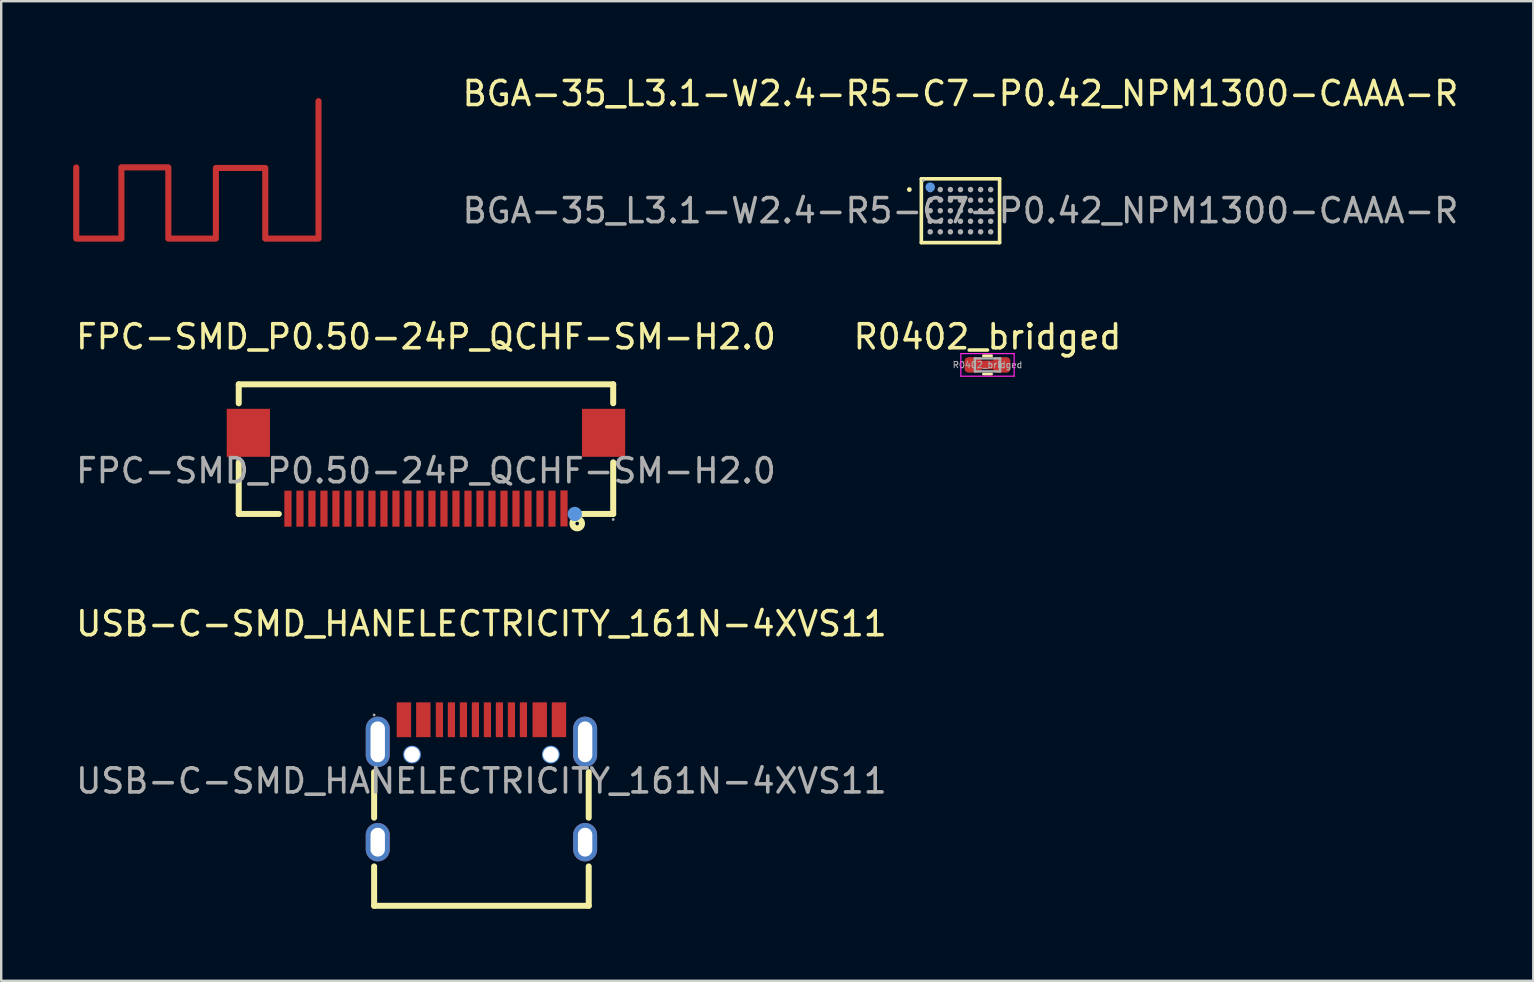
<source format=kicad_pcb>
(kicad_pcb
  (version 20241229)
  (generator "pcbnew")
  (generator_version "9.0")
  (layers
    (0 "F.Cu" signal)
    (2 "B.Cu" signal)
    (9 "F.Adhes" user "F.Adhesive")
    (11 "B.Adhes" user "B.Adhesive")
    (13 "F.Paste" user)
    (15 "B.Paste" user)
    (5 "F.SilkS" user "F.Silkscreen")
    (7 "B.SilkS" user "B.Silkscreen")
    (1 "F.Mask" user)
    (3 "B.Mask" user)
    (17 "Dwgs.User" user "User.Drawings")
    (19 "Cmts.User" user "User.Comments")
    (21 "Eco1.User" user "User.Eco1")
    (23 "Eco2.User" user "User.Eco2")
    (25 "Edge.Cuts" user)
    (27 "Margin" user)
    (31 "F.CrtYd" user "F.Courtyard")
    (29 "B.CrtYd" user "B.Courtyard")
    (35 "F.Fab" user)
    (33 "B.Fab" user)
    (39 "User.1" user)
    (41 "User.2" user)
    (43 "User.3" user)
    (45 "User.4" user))
  (footprint "USB-C-SMD_HANELECTRICITY_161N-4XVS11"
    (layer "F.Cu")
    (at 17.006 29.485)
    (property "Reference" "USB-C-SMD_HANELECTRICITY_161N-4XVS11" (at 0 -6.55 0) (layer "F.SilkS") (effects (font (size 1 1) (thickness 0.15))))
    (attr smd)
    (fp_line (start -4.47 1.53) (end -4.47 -0.37) (stroke (width 0.25) (type solid)) (layer "F.SilkS"))
    (fp_line (start -4.47 5.2) (end -4.47 3.56) (stroke (width 0.25) (type solid)) (layer "F.SilkS"))
    (fp_line (start -4.47 5.2) (end 4.47 5.2) (stroke (width 0.25) (type solid)) (layer "F.SilkS"))
    (fp_line (start 4.47 1.53) (end 4.47 -0.37) (stroke (width 0.25) (type solid)) (layer "F.SilkS"))
    (fp_line (start 4.47 5.2) (end 4.47 3.56) (stroke (width 0.25) (type solid)) (layer "F.SilkS"))
    (fp_circle (center -2.89 -1.1) (end -2.77 -1.1) (stroke (width 0.25) (type solid)) (fill no) (layer "Cmts.User"))
    (fp_circle (center 2.89 -1.1) (end 3.01 -1.1) (stroke (width 0.25) (type solid)) (fill no) (layer "Cmts.User"))
    (fp_circle (center -4.47 -2.75) (end -4.44 -2.75) (stroke (width 0.06) (type solid)) (fill no) (layer "F.Fab"))
    (fp_text user "${REFERENCE}" (at 0 0 0) (layer "F.Fab") (effects (font (size 1 1) (thickness 0.15))))
    (pad "" thru_hole circle (at -2.89 -1.1) (size 0.65 0.65) (drill 0.65) (layers "*.Cu" "*.Mask"))
    (pad "" thru_hole circle (at 2.89 -1.1) (size 0.65 0.65) (drill 0.65) (layers "*.Cu" "*.Mask"))
    (pad "0" thru_hole oval (at -4.32 -1.63) (size 1 2.1) (drill oval 0.6 1.7) (layers "*.Cu" "*.Mask"))
    (pad "0" thru_hole oval (at -4.32 2.55) (size 1 1.6) (drill oval 0.6 1.2) (layers "*.Cu" "*.Mask"))
    (pad "0" thru_hole oval (at 4.32 -1.63) (size 1 2.1) (drill oval 0.6 1.7) (layers "*.Cu" "*.Mask"))
    (pad "0" thru_hole oval (at 4.32 2.55) (size 1 1.6) (drill oval 0.6 1.2) (layers "*.Cu" "*.Mask"))
    (pad "A1" smd rect (at -3.23 -2.55) (size 0.6 1.45) (layers "F.Cu" "F.Mask" "F.Paste"))
    (pad "A4" smd rect (at -2.42 -2.55) (size 0.6 1.45) (layers "F.Cu" "F.Mask" "F.Paste"))
    (pad "A5" smd rect (at -1.25 -2.55) (size 0.3 1.45) (layers "F.Cu" "F.Mask" "F.Paste"))
    (pad "A6" smd rect (at -0.25 -2.55) (size 0.3 1.45) (layers "F.Cu" "F.Mask" "F.Paste"))
    (pad "A7" smd rect (at 0.25 -2.55) (size 0.3 1.45) (layers "F.Cu" "F.Mask" "F.Paste"))
    (pad "A8" smd rect (at 1.25 -2.55) (size 0.3 1.45) (layers "F.Cu" "F.Mask" "F.Paste"))
    (pad "A9" smd rect (at 2.43 -2.55) (size 0.6 1.45) (layers "F.Cu" "F.Mask" "F.Paste"))
    (pad "A12" smd rect (at 3.23 -2.55) (size 0.6 1.45) (layers "F.Cu" "F.Mask" "F.Paste"))
    (pad "B5" smd rect (at 1.75 -2.55) (size 0.3 1.45) (layers "F.Cu" "F.Mask" "F.Paste"))
    (pad "B6" smd rect (at 0.75 -2.55) (size 0.3 1.45) (layers "F.Cu" "F.Mask" "F.Paste"))
    (pad "B7" smd rect (at -0.75 -2.55) (size 0.3 1.45) (layers "F.Cu" "F.Mask" "F.Paste"))
    (pad "B8" smd rect (at -1.75 -2.55) (size 0.3 1.45) (layers "F.Cu" "F.Mask" "F.Paste")))
  (footprint "R0402_bridged"
    (layer "F.Cu")
    (at 38.089 12.152)
    (property "Reference" "R0402_bridged" (at 0 -1.17 0) (layer "F.SilkS") (effects (font (size 1 1) (thickness 0.15))))
    (attr smd)
    (fp_line (start -0.168 -0.38) (end 0.168 -0.38) (stroke (width 0.12) (type solid)) (layer "F.SilkS"))
    (fp_line (start -0.168 0.38) (end 0.168 0.38) (stroke (width 0.12) (type solid)) (layer "F.SilkS"))
    (fp_line (start -1.11 -0.47) (end 1.11 -0.47) (stroke (width 0.05) (type solid)) (layer "F.CrtYd"))
    (fp_line (start -1.11 0.47) (end -1.11 -0.47) (stroke (width 0.05) (type solid)) (layer "F.CrtYd"))
    (fp_line (start 1.11 -0.47) (end 1.11 0.47) (stroke (width 0.05) (type solid)) (layer "F.CrtYd"))
    (fp_line (start 1.11 0.47) (end -1.11 0.47) (stroke (width 0.05) (type solid)) (layer "F.CrtYd"))
    (fp_line (start -0.525 -0.27) (end 0.525 -0.27) (stroke (width 0.1) (type solid)) (layer "F.Fab"))
    (fp_line (start -0.525 0.27) (end -0.525 -0.27) (stroke (width 0.1) (type solid)) (layer "F.Fab"))
    (fp_line (start 0.525 -0.27) (end 0.525 0.27) (stroke (width 0.1) (type solid)) (layer "F.Fab"))
    (fp_line (start 0.525 0.27) (end -0.525 0.27) (stroke (width 0.1) (type solid)) (layer "F.Fab"))
    (fp_text user "${REFERENCE}" (at 0 0 0) (layer "F.Fab") (effects (font (size 0.26 0.26) (thickness 0.04))))
    (pad "1" smd custom (at -0.598 0) (size 0.64 0.64) (layers "F.Cu" "F.Mask" "F.Paste") (options (anchor circle)) (primitives (gr_rect (start 0.324 -0.081) (end 0.896 0.081) (width 0.2) (fill yes)) (gr_poly (pts (xy -0.357 -0.16) (xy -0.345 -0.221) (xy -0.311 -0.273) (xy -0.259 -0.308) (xy -0.198 -0.32) (xy 0.198 -0.32) (xy 0.259 -0.308) (xy 0.311 -0.273) (xy 0.345 -0.221) (xy 0.357 -0.16) (xy 0.357 0.16) (xy 0.345 0.221) (xy 0.311 0.273) (xy 0.259 0.308) (xy 0.198 0.32) (xy -0.198 0.32) (xy -0.259 0.308) (xy -0.311 0.273) (xy -0.345 0.221) (xy -0.357 0.16)) (width 0) (fill yes))))
    (pad "2" smd roundrect (at 0.598 0) (size 0.715 0.64) (layers "F.Cu" "F.Mask" "F.Paste") (roundrect_rratio 0.25)))
  (footprint "BGA-35_L3.1-W2.4-R5-C7-P0.42_NPM1300-CAAA-R"
    (layer "F.Cu")
    (at 36.963 5.728)
    (property "Reference" "BGA-35_L3.1-W2.4-R5-C7-P0.42_NPM1300-CAAA-R" (at 0 -4.88 0) (layer "F.SilkS") (effects (font (size 1 1) (thickness 0.15))))
    (attr through_hole)
    (fp_line (start -1.63 -1.33) (end 1.63 -1.33) (stroke (width 0.15) (type solid)) (layer "F.SilkS"))
    (fp_line (start -1.63 1.33) (end -1.63 -1.33) (stroke (width 0.15) (type solid)) (layer "F.SilkS"))
    (fp_line (start 1.63 -1.33) (end 1.63 1.33) (stroke (width 0.15) (type solid)) (layer "F.SilkS"))
    (fp_line (start 1.63 1.33) (end -1.63 1.33) (stroke (width 0.15) (type solid)) (layer "F.SilkS"))
    (fp_circle (center -2.13 -0.88) (end -2.08 -0.88) (stroke (width 0.1) (type solid)) (fill no) (layer "F.SilkS"))
    (fp_circle (center -1.26 -0.98) (end -1.16 -0.98) (stroke (width 0.2) (type solid)) (fill no) (layer "Cmts.User"))
    (fp_circle (center -1.55 -1.25) (end -1.52 -1.25) (stroke (width 0.06) (type solid)) (fill no) (layer "F.Fab"))
    (fp_circle (center -1.26 -0.88) (end -1.2 -0.88) (stroke (width 0.11) (type solid)) (fill no) (layer "F.Fab"))
    (fp_circle (center -1.26 -0.44) (end -1.2 -0.44) (stroke (width 0.11) (type solid)) (fill no) (layer "F.Fab"))
    (fp_circle (center -1.26 0) (end -1.2 0) (stroke (width 0.11) (type solid)) (fill no) (layer "F.Fab"))
    (fp_circle (center -1.26 0.44) (end -1.2 0.44) (stroke (width 0.11) (type solid)) (fill no) (layer "F.Fab"))
    (fp_circle (center -1.26 0.88) (end -1.2 0.88) (stroke (width 0.11) (type solid)) (fill no) (layer "F.Fab"))
    (fp_circle (center -0.84 -0.88) (end -0.78 -0.88) (stroke (width 0.11) (type solid)) (fill no) (layer "F.Fab"))
    (fp_circle (center -0.84 -0.44) (end -0.78 -0.44) (stroke (width 0.11) (type solid)) (fill no) (layer "F.Fab"))
    (fp_circle (center -0.84 0) (end -0.78 0) (stroke (width 0.11) (type solid)) (fill no) (layer "F.Fab"))
    (fp_circle (center -0.84 0.44) (end -0.78 0.44) (stroke (width 0.11) (type solid)) (fill no) (layer "F.Fab"))
    (fp_circle (center -0.84 0.88) (end -0.78 0.88) (stroke (width 0.11) (type solid)) (fill no) (layer "F.Fab"))
    (fp_circle (center -0.42 -0.88) (end -0.36 -0.88) (stroke (width 0.11) (type solid)) (fill no) (layer "F.Fab"))
    (fp_circle (center -0.42 -0.44) (end -0.36 -0.44) (stroke (width 0.11) (type solid)) (fill no) (layer "F.Fab"))
    (fp_circle (center -0.42 0) (end -0.36 0) (stroke (width 0.11) (type solid)) (fill no) (layer "F.Fab"))
    (fp_circle (center -0.42 0.44) (end -0.36 0.44) (stroke (width 0.11) (type solid)) (fill no) (layer "F.Fab"))
    (fp_circle (center -0.42 0.88) (end -0.36 0.88) (stroke (width 0.11) (type solid)) (fill no) (layer "F.Fab"))
    (fp_circle (center 0 -0.88) (end 0.06 -0.88) (stroke (width 0.11) (type solid)) (fill no) (layer "F.Fab"))
    (fp_circle (center 0 -0.44) (end 0.06 -0.44) (stroke (width 0.11) (type solid)) (fill no) (layer "F.Fab"))
    (fp_circle (center 0 0) (end 0.06 0) (stroke (width 0.11) (type solid)) (fill no) (layer "F.Fab"))
    (fp_circle (center 0 0.44) (end 0.06 0.44) (stroke (width 0.11) (type solid)) (fill no) (layer "F.Fab"))
    (fp_circle (center 0 0.88) (end 0.06 0.88) (stroke (width 0.11) (type solid)) (fill no) (layer "F.Fab"))
    (fp_circle (center 0.42 -0.88) (end 0.48 -0.88) (stroke (width 0.11) (type solid)) (fill no) (layer "F.Fab"))
    (fp_circle (center 0.42 -0.44) (end 0.48 -0.44) (stroke (width 0.11) (type solid)) (fill no) (layer "F.Fab"))
    (fp_circle (center 0.42 0) (end 0.48 0) (stroke (width 0.11) (type solid)) (fill no) (layer "F.Fab"))
    (fp_circle (center 0.42 0.44) (end 0.48 0.44) (stroke (width 0.11) (type solid)) (fill no) (layer "F.Fab"))
    (fp_circle (center 0.42 0.88) (end 0.48 0.88) (stroke (width 0.11) (type solid)) (fill no) (layer "F.Fab"))
    (fp_circle (center 0.84 -0.88) (end 0.9 -0.88) (stroke (width 0.11) (type solid)) (fill no) (layer "F.Fab"))
    (fp_circle (center 0.84 -0.44) (end 0.9 -0.44) (stroke (width 0.11) (type solid)) (fill no) (layer "F.Fab"))
    (fp_circle (center 0.84 0) (end 0.9 0) (stroke (width 0.11) (type solid)) (fill no) (layer "F.Fab"))
    (fp_circle (center 0.84 0.44) (end 0.9 0.44) (stroke (width 0.11) (type solid)) (fill no) (layer "F.Fab"))
    (fp_circle (center 0.84 0.88) (end 0.9 0.88) (stroke (width 0.11) (type solid)) (fill no) (layer "F.Fab"))
    (fp_circle (center 1.26 -0.88) (end 1.32 -0.88) (stroke (width 0.11) (type solid)) (fill no) (layer "F.Fab"))
    (fp_circle (center 1.26 -0.44) (end 1.32 -0.44) (stroke (width 0.11) (type solid)) (fill no) (layer "F.Fab"))
    (fp_circle (center 1.26 0) (end 1.32 0) (stroke (width 0.11) (type solid)) (fill no) (layer "F.Fab"))
    (fp_circle (center 1.26 0.44) (end 1.32 0.44) (stroke (width 0.11) (type solid)) (fill no) (layer "F.Fab"))
    (fp_circle (center 1.26 0.88) (end 1.32 0.88) (stroke (width 0.11) (type solid)) (fill no) (layer "F.Fab"))
    (fp_text user "${REFERENCE}" (at 0 0 0) (layer "F.Fab") (effects (font (size 1 1) (thickness 0.15))))
    (pad "A1" smd circle (at -1.26 -0.88) (size 0.18 0.18) (layers "F.Cu" "F.Mask" "F.Paste"))
    (pad "A2" smd circle (at -0.84 -0.88) (size 0.18 0.18) (layers "F.Cu" "F.Mask" "F.Paste"))
    (pad "A3" smd circle (at -0.42 -0.88) (size 0.18 0.18) (layers "F.Cu" "F.Mask" "F.Paste"))
    (pad "A4" smd circle (at 0 -0.88) (size 0.18 0.18) (layers "F.Cu" "F.Mask" "F.Paste"))
    (pad "A5" smd circle (at 0.42 -0.88) (size 0.18 0.18) (layers "F.Cu" "F.Mask" "F.Paste"))
    (pad "A6" smd circle (at 0.84 -0.88) (size 0.18 0.18) (layers "F.Cu" "F.Mask" "F.Paste"))
    (pad "A7" smd circle (at 1.26 -0.88) (size 0.18 0.18) (layers "F.Cu" "F.Mask" "F.Paste"))
    (pad "B1" smd circle (at -1.26 -0.44) (size 0.18 0.18) (layers "F.Cu" "F.Mask" "F.Paste"))
    (pad "B2" smd circle (at -0.84 -0.44) (size 0.18 0.18) (layers "F.Cu" "F.Mask" "F.Paste"))
    (pad "B3" smd circle (at -0.42 -0.44) (size 0.18 0.18) (layers "F.Cu" "F.Mask" "F.Paste"))
    (pad "B4" smd circle (at 0 -0.44) (size 0.18 0.18) (layers "F.Cu" "F.Mask" "F.Paste"))
    (pad "B5" smd circle (at 0.42 -0.44) (size 0.18 0.18) (layers "F.Cu" "F.Mask" "F.Paste"))
    (pad "B6" smd circle (at 0.84 -0.44) (size 0.18 0.18) (layers "F.Cu" "F.Mask" "F.Paste"))
    (pad "B7" smd circle (at 1.26 -0.44) (size 0.18 0.18) (layers "F.Cu" "F.Mask" "F.Paste"))
    (pad "C1" smd circle (at -1.26 0) (size 0.18 0.18) (layers "F.Cu" "F.Mask" "F.Paste"))
    (pad "C2" smd circle (at -0.84 0) (size 0.18 0.18) (layers "F.Cu" "F.Mask" "F.Paste"))
    (pad "C3" smd circle (at -0.42 0) (size 0.18 0.18) (layers "F.Cu" "F.Mask" "F.Paste"))
    (pad "C4" smd circle (at 0 0) (size 0.18 0.18) (layers "F.Cu" "F.Mask" "F.Paste"))
    (pad "C5" smd circle (at 0.42 0) (size 0.18 0.18) (layers "F.Cu" "F.Mask" "F.Paste"))
    (pad "C6" smd circle (at 0.84 0) (size 0.18 0.18) (layers "F.Cu" "F.Mask" "F.Paste"))
    (pad "C7" smd circle (at 1.26 0) (size 0.18 0.18) (layers "F.Cu" "F.Mask" "F.Paste"))
    (pad "D1" smd circle (at -1.26 0.44) (size 0.18 0.18) (layers "F.Cu" "F.Mask" "F.Paste"))
    (pad "D2" smd circle (at -0.84 0.44) (size 0.18 0.18) (layers "F.Cu" "F.Mask" "F.Paste"))
    (pad "D3" smd circle (at -0.42 0.44) (size 0.18 0.18) (layers "F.Cu" "F.Mask" "F.Paste"))
    (pad "D4" smd circle (at 0 0.44) (size 0.18 0.18) (layers "F.Cu" "F.Mask" "F.Paste"))
    (pad "D5" smd circle (at 0.42 0.44) (size 0.18 0.18) (layers "F.Cu" "F.Mask" "F.Paste"))
    (pad "D6" smd circle (at 0.84 0.44) (size 0.18 0.18) (layers "F.Cu" "F.Mask" "F.Paste"))
    (pad "D7" smd circle (at 1.26 0.44) (size 0.18 0.18) (layers "F.Cu" "F.Mask" "F.Paste"))
    (pad "E1" smd circle (at -1.26 0.88) (size 0.18 0.18) (layers "F.Cu" "F.Mask" "F.Paste"))
    (pad "E2" smd circle (at -0.84 0.88) (size 0.18 0.18) (layers "F.Cu" "F.Mask" "F.Paste"))
    (pad "E3" smd circle (at -0.42 0.88) (size 0.18 0.18) (layers "F.Cu" "F.Mask" "F.Paste"))
    (pad "E4" smd circle (at 0 0.88) (size 0.18 0.18) (layers "F.Cu" "F.Mask" "F.Paste"))
    (pad "E5" smd circle (at 0.42 0.88) (size 0.18 0.18) (layers "F.Cu" "F.Mask" "F.Paste"))
    (pad "E6" smd circle (at 0.84 0.88) (size 0.18 0.18) (layers "F.Cu" "F.Mask" "F.Paste"))
    (pad "E7" smd circle (at 1.26 0.88) (size 0.18 0.18) (layers "F.Cu" "F.Mask" "F.Paste")))
  (footprint "FPC-SMD_P0.50-24P_QCHF-SM-H2.0"
    (layer "F.Cu")
    (at 14.696 16.561)
    (property "Reference" "FPC-SMD_P0.50-24P_QCHF-SM-H2.0" (at 0 -5.58 0) (layer "F.SilkS") (effects (font (size 1 1) (thickness 0.15))))
    (attr smd)
    (fp_line (start -7.8 -3.6) (end -7.8 -2.81) (stroke (width 0.25) (type solid)) (layer "F.SilkS"))
    (fp_line (start -7.8 -3.6) (end 7.8 -3.6) (stroke (width 0.25) (type solid)) (layer "F.SilkS"))
    (fp_line (start -7.8 -0.35) (end -7.8 1.8) (stroke (width 0.25) (type solid)) (layer "F.SilkS"))
    (fp_line (start -7.8 1.8) (end -6.13 1.8) (stroke (width 0.25) (type solid)) (layer "F.SilkS"))
    (fp_line (start 6.13 1.8) (end 7.8 1.8) (stroke (width 0.25) (type solid)) (layer "F.SilkS"))
    (fp_line (start 7.8 -3.6) (end 7.8 -2.81) (stroke (width 0.25) (type solid)) (layer "F.SilkS"))
    (fp_line (start 7.8 -0.35) (end 7.8 1.8) (stroke (width 0.25) (type solid)) (layer "F.SilkS"))
    (fp_circle (center 6.3 2.2) (end 6.5 2.2) (stroke (width 0.25) (type solid)) (fill no) (layer "F.SilkS"))
    (fp_circle (center 6.2 1.8) (end 6.35 1.8) (stroke (width 0.3) (type solid)) (fill no) (layer "Cmts.User"))
    (fp_circle (center 7.8 2.03) (end 7.83 2.03) (stroke (width 0.06) (type solid)) (fill no) (layer "F.Fab"))
    (fp_text user "${REFERENCE}" (at 0 0 0) (layer "F.Fab") (effects (font (size 1 1) (thickness 0.15))))
    (pad "1" smd rect (at 5.75 1.57 180) (size 0.3 1.5) (layers "F.Cu" "F.Mask" "F.Paste"))
    (pad "2" smd rect (at 5.25 1.58 180) (size 0.3 1.5) (layers "F.Cu" "F.Mask" "F.Paste"))
    (pad "3" smd rect (at 4.75 1.58 180) (size 0.3 1.5) (layers "F.Cu" "F.Mask" "F.Paste"))
    (pad "4" smd rect (at 4.25 1.58 180) (size 0.3 1.5) (layers "F.Cu" "F.Mask" "F.Paste"))
    (pad "5" smd rect (at 3.75 1.58 180) (size 0.3 1.5) (layers "F.Cu" "F.Mask" "F.Paste"))
    (pad "6" smd rect (at 3.25 1.58 180) (size 0.3 1.5) (layers "F.Cu" "F.Mask" "F.Paste"))
    (pad "7" smd rect (at 2.75 1.58 180) (size 0.3 1.5) (layers "F.Cu" "F.Mask" "F.Paste"))
    (pad "8" smd rect (at 2.25 1.58 180) (size 0.3 1.5) (layers "F.Cu" "F.Mask" "F.Paste"))
    (pad "9" smd rect (at 1.75 1.58 180) (size 0.3 1.5) (layers "F.Cu" "F.Mask" "F.Paste"))
    (pad "10" smd rect (at 1.25 1.58 180) (size 0.3 1.5) (layers "F.Cu" "F.Mask" "F.Paste"))
    (pad "11" smd rect (at 0.75 1.58 180) (size 0.3 1.5) (layers "F.Cu" "F.Mask" "F.Paste"))
    (pad "12" smd rect (at 0.25 1.58 180) (size 0.3 1.5) (layers "F.Cu" "F.Mask" "F.Paste"))
    (pad "13" smd rect (at -0.25 1.58 180) (size 0.3 1.5) (layers "F.Cu" "F.Mask" "F.Paste"))
    (pad "14" smd rect (at -0.75 1.58 180) (size 0.3 1.5) (layers "F.Cu" "F.Mask" "F.Paste"))
    (pad "15" smd rect (at -1.25 1.58 180) (size 0.3 1.5) (layers "F.Cu" "F.Mask" "F.Paste"))
    (pad "16" smd rect (at -1.75 1.58 180) (size 0.3 1.5) (layers "F.Cu" "F.Mask" "F.Paste"))
    (pad "17" smd rect (at -2.25 1.58 180) (size 0.3 1.5) (layers "F.Cu" "F.Mask" "F.Paste"))
    (pad "18" smd rect (at -2.75 1.58 180) (size 0.3 1.5) (layers "F.Cu" "F.Mask" "F.Paste"))
    (pad "19" smd rect (at -3.25 1.58 180) (size 0.3 1.5) (layers "F.Cu" "F.Mask" "F.Paste"))
    (pad "20" smd rect (at -3.75 1.58 180) (size 0.3 1.5) (layers "F.Cu" "F.Mask" "F.Paste"))
    (pad "21" smd rect (at -4.25 1.58 180) (size 0.3 1.5) (layers "F.Cu" "F.Mask" "F.Paste"))
    (pad "22" smd rect (at -4.75 1.58 180) (size 0.3 1.5) (layers "F.Cu" "F.Mask" "F.Paste"))
    (pad "23" smd rect (at -5.25 1.58 180) (size 0.3 1.5) (layers "F.Cu" "F.Mask" "F.Paste"))
    (pad "24" smd rect (at -5.75 1.58 180) (size 0.3 1.5) (layers "F.Cu" "F.Mask" "F.Paste"))
    (pad "25" smd rect (at 7.4 -1.58 180) (size 1.8 2) (layers "F.Cu" "F.Mask" "F.Paste"))
    (pad "26" smd rect (at -7.4 -1.58) (size 1.8 2) (layers "F.Cu" "F.Mask" "F.Paste")))
  (footprint "2.4GHz-meander_antenna"
    (layer "F.Cu")
    (at 10.219 1.163)
    (property "Reference" "2.4GHz-meander_antenna" (at -0.1 -0.9 0) (unlocked yes) (layer "Eco2.User") (effects (font (size 0.3 0.3) (thickness 0.05))))
    (pad "1" smd custom (at 0 0) (size 0.254 0.254) (layers "F.Cu") (options (anchor circle)) (primitives (gr_line (start 0 0) (end 0 5.727) (width 0.254)) (gr_line (start 0 5.727) (end -2.218 5.727) (width 0.254)) (gr_line (start -2.218 5.727) (end -2.218 2.784) (width 0.254)) (gr_line (start -2.218 2.784) (end -4.275 2.784) (width 0.254)) (gr_line (start -4.275 5.727) (end -4.275 2.784) (width 0.254)) (gr_line (start -4.275 5.727) (end -6.256 5.727) (width 0.254)) (gr_line (start -6.256 5.727) (end -6.256 2.758) (width 0.254)) (gr_line (start -6.256 2.758) (end -8.212 2.758) (width 0.254)) (gr_line (start -8.212 5.727) (end -8.212 2.758) (width 0.254)) (gr_line (start -8.212 5.727) (end -10.092 5.727) (width 0.254)) (gr_line (start -10.092 5.727) (end -10.092 2.763) (width 0.254)))))
  (gr_rect
    (start -3 -3)
    (end 60.826 37.81)
    (stroke (width 0.1) (type default))
    (fill no)
    (layer "Edge.Cuts")))
</source>
